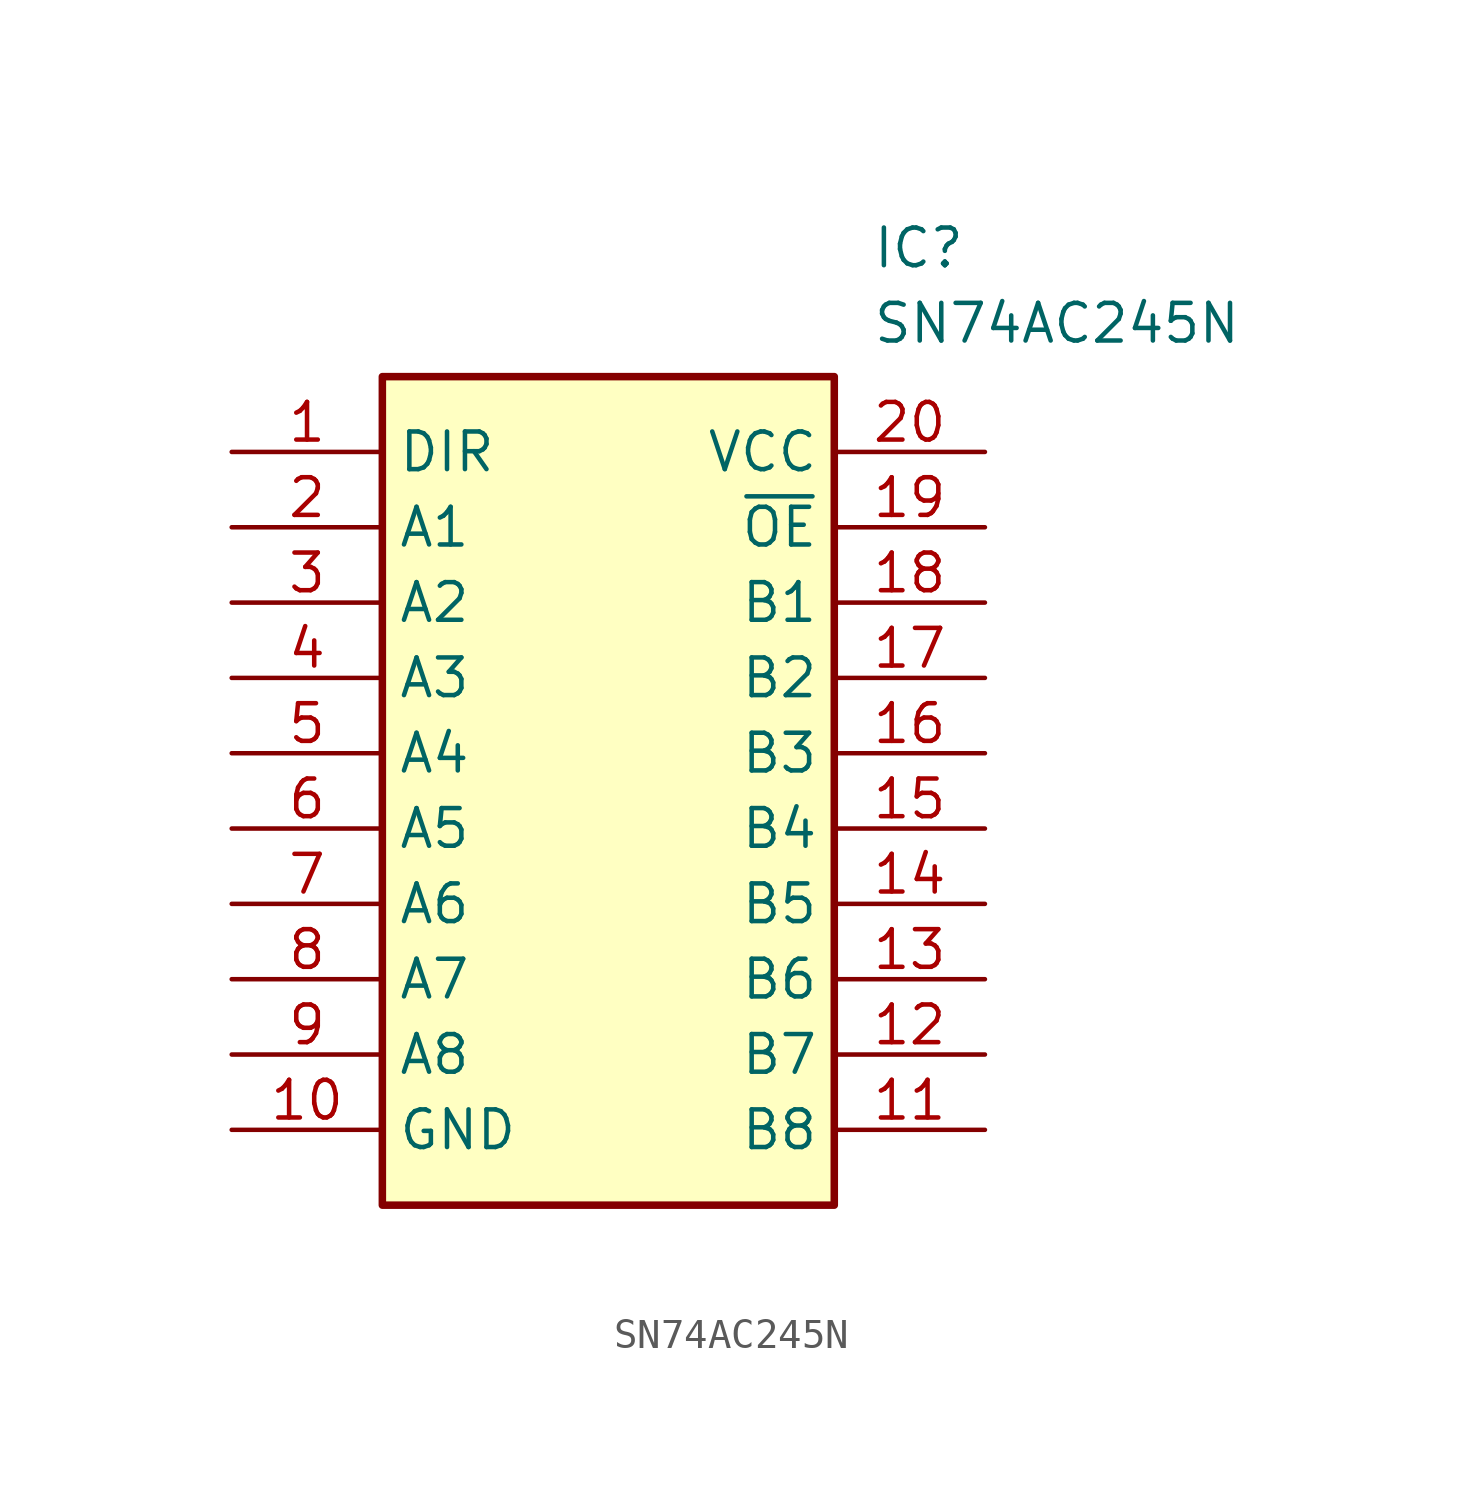
<source format=kicad_sym>
(kicad_symbol_lib
  (version 20211014)
  (generator SamacSys_ECAD_Model)
  (symbol "SN74AC245N"
    (property "Reference" "IC"
      (at 21.59 7.62 0)
      (effects (font (size 1.27 1.27)) (justify left top)))
    (property "Value" "SN74AC245N"
      (at 21.59 5.08 0)
      (effects (font (size 1.27 1.27)) (justify left top)))
    (rectangle
      (start 5.08 2.54)
      (end 20.32 -25.4)
      (stroke (width 0.254) (type default))
      (fill (type background)))
    (pin passive line
      (at 0 0 0)
      (length 5.08)
      (name "DIR" (effects (font (size 1.27 1.27))))
      (number "1" (effects (font (size 1.27 1.27)))))
    (pin passive line
      (at 0 -2.54 0)
      (length 5.08)
      (name "A1" (effects (font (size 1.27 1.27))))
      (number "2" (effects (font (size 1.27 1.27)))))
    (pin passive line
      (at 0 -5.08 0)
      (length 5.08)
      (name "A2" (effects (font (size 1.27 1.27))))
      (number "3" (effects (font (size 1.27 1.27)))))
    (pin passive line
      (at 0 -7.62 0)
      (length 5.08)
      (name "A3" (effects (font (size 1.27 1.27))))
      (number "4" (effects (font (size 1.27 1.27)))))
    (pin passive line
      (at 0 -10.16 0)
      (length 5.08)
      (name "A4" (effects (font (size 1.27 1.27))))
      (number "5" (effects (font (size 1.27 1.27)))))
    (pin passive line
      (at 0 -12.7 0)
      (length 5.08)
      (name "A5" (effects (font (size 1.27 1.27))))
      (number "6" (effects (font (size 1.27 1.27)))))
    (pin passive line
      (at 0 -15.24 0)
      (length 5.08)
      (name "A6" (effects (font (size 1.27 1.27))))
      (number "7" (effects (font (size 1.27 1.27)))))
    (pin passive line
      (at 0 -17.78 0)
      (length 5.08)
      (name "A7" (effects (font (size 1.27 1.27))))
      (number "8" (effects (font (size 1.27 1.27)))))
    (pin passive line
      (at 0 -20.32 0)
      (length 5.08)
      (name "A8" (effects (font (size 1.27 1.27))))
      (number "9" (effects (font (size 1.27 1.27)))))
    (pin passive line
      (at 0 -22.86 0)
      (length 5.08)
      (name "GND" (effects (font (size 1.27 1.27))))
      (number "10" (effects (font (size 1.27 1.27)))))
    (pin passive line
      (at 25.4 0 180)
      (length 5.08)
      (name "VCC" (effects (font (size 1.27 1.27))))
      (number "20" (effects (font (size 1.27 1.27)))))
    (pin passive line
      (at 25.4 -2.54 180)
      (length 5.08)
      (name "~{OE}" (effects (font (size 1.27 1.27))))
      (number "19" (effects (font (size 1.27 1.27)))))
    (pin passive line
      (at 25.4 -5.08 180)
      (length 5.08)
      (name "B1" (effects (font (size 1.27 1.27))))
      (number "18" (effects (font (size 1.27 1.27)))))
    (pin passive line
      (at 25.4 -7.62 180)
      (length 5.08)
      (name "B2" (effects (font (size 1.27 1.27))))
      (number "17" (effects (font (size 1.27 1.27)))))
    (pin passive line
      (at 25.4 -10.16 180)
      (length 5.08)
      (name "B3" (effects (font (size 1.27 1.27))))
      (number "16" (effects (font (size 1.27 1.27)))))
    (pin passive line
      (at 25.4 -12.7 180)
      (length 5.08)
      (name "B4" (effects (font (size 1.27 1.27))))
      (number "15" (effects (font (size 1.27 1.27)))))
    (pin passive line
      (at 25.4 -15.24 180)
      (length 5.08)
      (name "B5" (effects (font (size 1.27 1.27))))
      (number "14" (effects (font (size 1.27 1.27)))))
    (pin passive line
      (at 25.4 -17.78 180)
      (length 5.08)
      (name "B6" (effects (font (size 1.27 1.27))))
      (number "13" (effects (font (size 1.27 1.27)))))
    (pin passive line
      (at 25.4 -20.32 180)
      (length 5.08)
      (name "B7" (effects (font (size 1.27 1.27))))
      (number "12" (effects (font (size 1.27 1.27)))))
    (pin passive line
      (at 25.4 -22.86 180)
      (length 5.08)
      (name "B8" (effects (font (size 1.27 1.27))))
      (number "11" (effects (font (size 1.27 1.27)))))))
</source>
